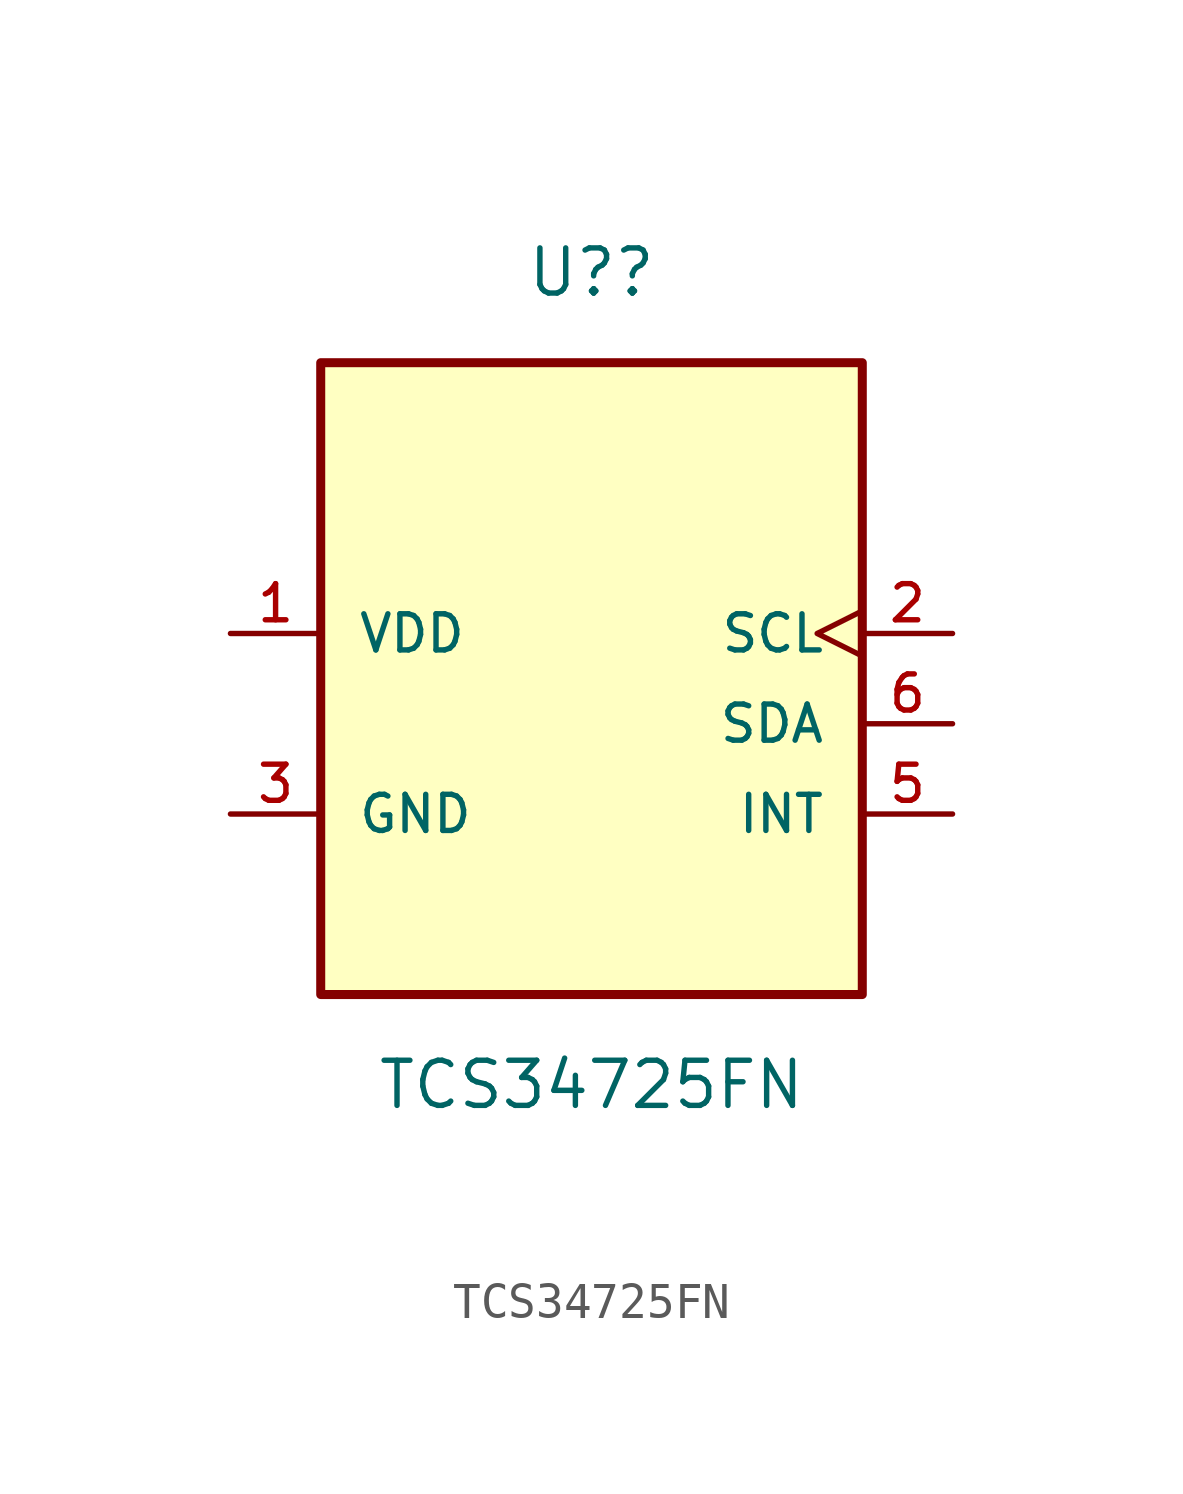
<source format=kicad_sym>
(kicad_symbol_lib
  (version 20211014)
  (generator kicad_symbol_editor)
  (symbol "TCS34725FN"
    (pin_names
      (offset 1.016))
    (property "Reference" "U?"
      (at 0 12.7 0)
      (effects (font (size 1.27 1.27))))
    (property "Value" "TCS34725FN"
      (at 0 -10.16 0)
      (effects (font (size 1.27 1.27))))
    (property "STANDARD" ""
      (at -7.62 -12.7 0)
      (effects (font (size 1.27 1.27)) (justify left bottom)))
    (property "ki_locked" ""
      (at 0 0 0)
      (effects (font (size 1.27 1.27))))
    (symbol "TCS34725FN_0_0"
      (rectangle (start -7.62 -7.62) (end 7.62 10.16) (stroke (width 0.254) (type default) (color 0 0 0 0)) (fill (type background)))
      (pin power_in line (at -10.16 2.54 0) (length 2.54) (name "VDD" (effects (font (size 1.016 1.016)))) (number "1" (effects (font (size 1.016 1.016)))))
      (pin input clock (at 10.16 2.54 180) (length 2.54) (name "SCL" (effects (font (size 1.016 1.016)))) (number "2" (effects (font (size 1.016 1.016)))))
      (pin power_in line (at -10.16 -2.54 0) (length 2.54) (name "GND" (effects (font (size 1.016 1.016)))) (number "3" (effects (font (size 1.016 1.016)))))
      (pin output line (at 10.16 -2.54 180) (length 2.54) (name "INT" (effects (font (size 1.016 1.016)))) (number "5" (effects (font (size 1.016 1.016)))))
      (pin bidirectional line (at 10.16 0 180) (length 2.54) (name "SDA" (effects (font (size 1.016 1.016)))) (number "6" (effects (font (size 1.016 1.016))))))))
</source>
